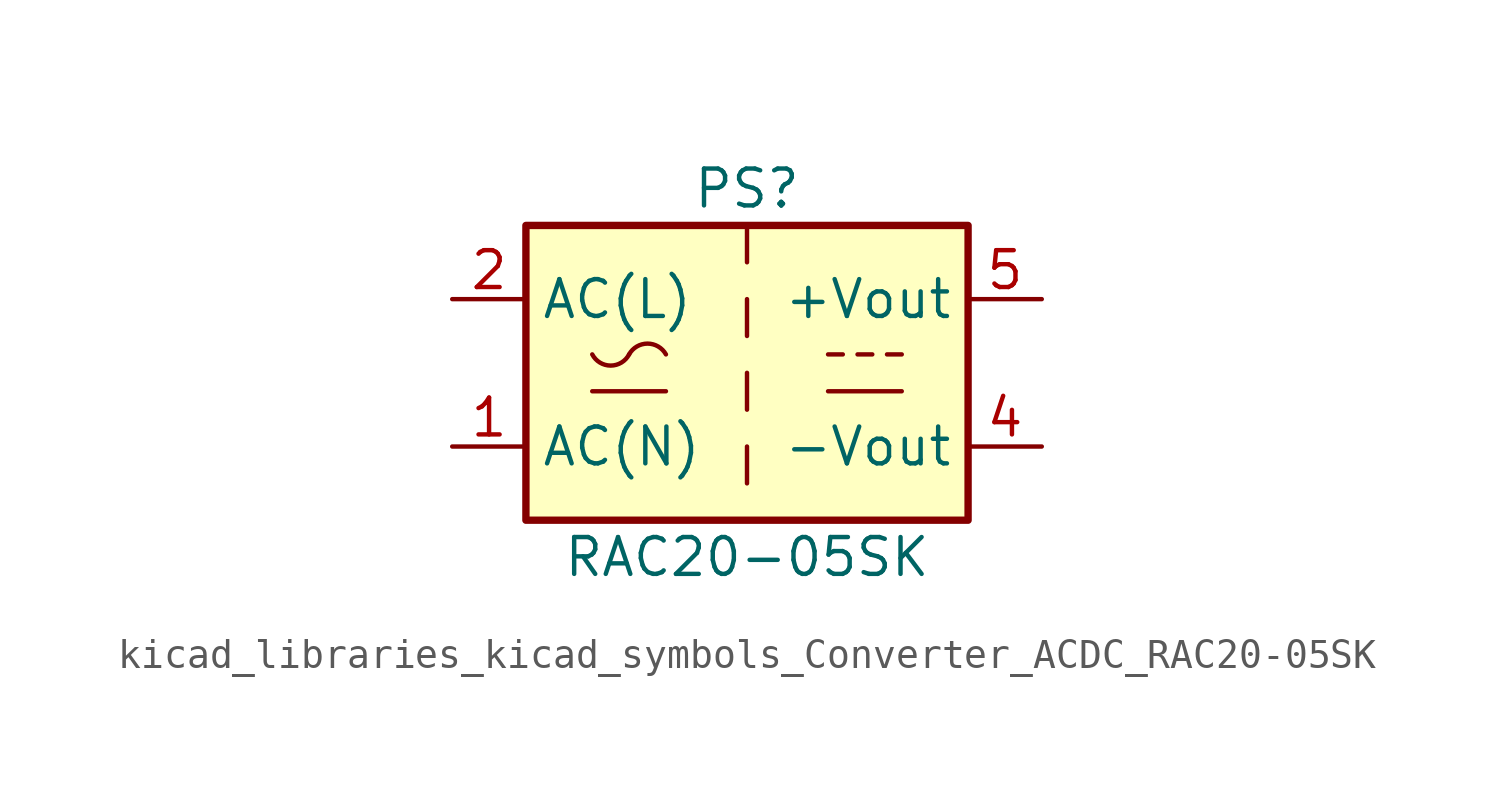
<source format=kicad_sym>
(kicad_symbol_lib
  (version 20220914)
  (generator kicad_symbol_editor)
  (symbol "kicad_libraries_kicad_symbols_Converter_ACDC_RAC20-05SK"
    (property "Reference" "PS"
      (at 0 6.35 0)
      (effects (font (size 1.27 1.27))))
    (property "Value" "RAC20-05SK"
      (at 0 -6.35 0)
      (effects (font (size 1.27 1.27))))
    (symbol "kicad_libraries_kicad_symbols_Converter_ACDC_RAC20-05SK_1_1"
      (rectangle (start -7.62 5.08) (end 7.62 -5.08) (stroke (width 0.254) (type default)) (fill (type background)))
      (arc (start -5.334 0.635) (mid -4.699 0.2495) (end -4.064 0.635) (stroke (width 0) (type default)) (fill (type none)))
      (arc (start -2.794 0.635) (mid -3.429 1.0072) (end -4.064 0.635) (stroke (width 0) (type default)) (fill (type none)))
      (polyline (pts (xy -5.334 -0.635) (xy -2.794 -0.635)) (stroke (width 0) (type default)) (fill (type none)))
      (polyline (pts (xy 0 -2.54) (xy 0 -3.81)) (stroke (width 0) (type default)) (fill (type none)))
      (polyline (pts (xy 0 0) (xy 0 -1.27)) (stroke (width 0) (type default)) (fill (type none)))
      (polyline (pts (xy 0 2.54) (xy 0 1.27)) (stroke (width 0) (type default)) (fill (type none)))
      (polyline (pts (xy 0 5.08) (xy 0 3.81)) (stroke (width 0) (type default)) (fill (type none)))
      (polyline (pts (xy 2.794 -0.635) (xy 5.334 -0.635)) (stroke (width 0) (type default)) (fill (type none)))
      (polyline (pts (xy 2.794 0.635) (xy 3.302 0.635)) (stroke (width 0) (type default)) (fill (type none)))
      (polyline (pts (xy 3.81 0.635) (xy 4.318 0.635)) (stroke (width 0) (type default)) (fill (type none)))
      (polyline (pts (xy 4.826 0.635) (xy 5.334 0.635)) (stroke (width 0) (type default)) (fill (type none)))
      (pin power_in line (at -10.16 -2.54 0) (length 2.54) (name "AC(N)" (effects (font (size 1.27 1.27)))) (number "1" (effects (font (size 1.27 1.27)))))
      (pin power_in line (at -10.16 2.54 0) (length 2.54) (name "AC(L)" (effects (font (size 1.27 1.27)))) (number "2" (effects (font (size 1.27 1.27)))))
      (pin power_out line (at 10.16 -2.54 180) (length 2.54) (name "-Vout" (effects (font (size 1.27 1.27)))) (number "4" (effects (font (size 1.27 1.27)))))
      (pin power_out line (at 10.16 2.54 180) (length 2.54) (name "+Vout" (effects (font (size 1.27 1.27)))) (number "5" (effects (font (size 1.27 1.27))))))))
</source>
